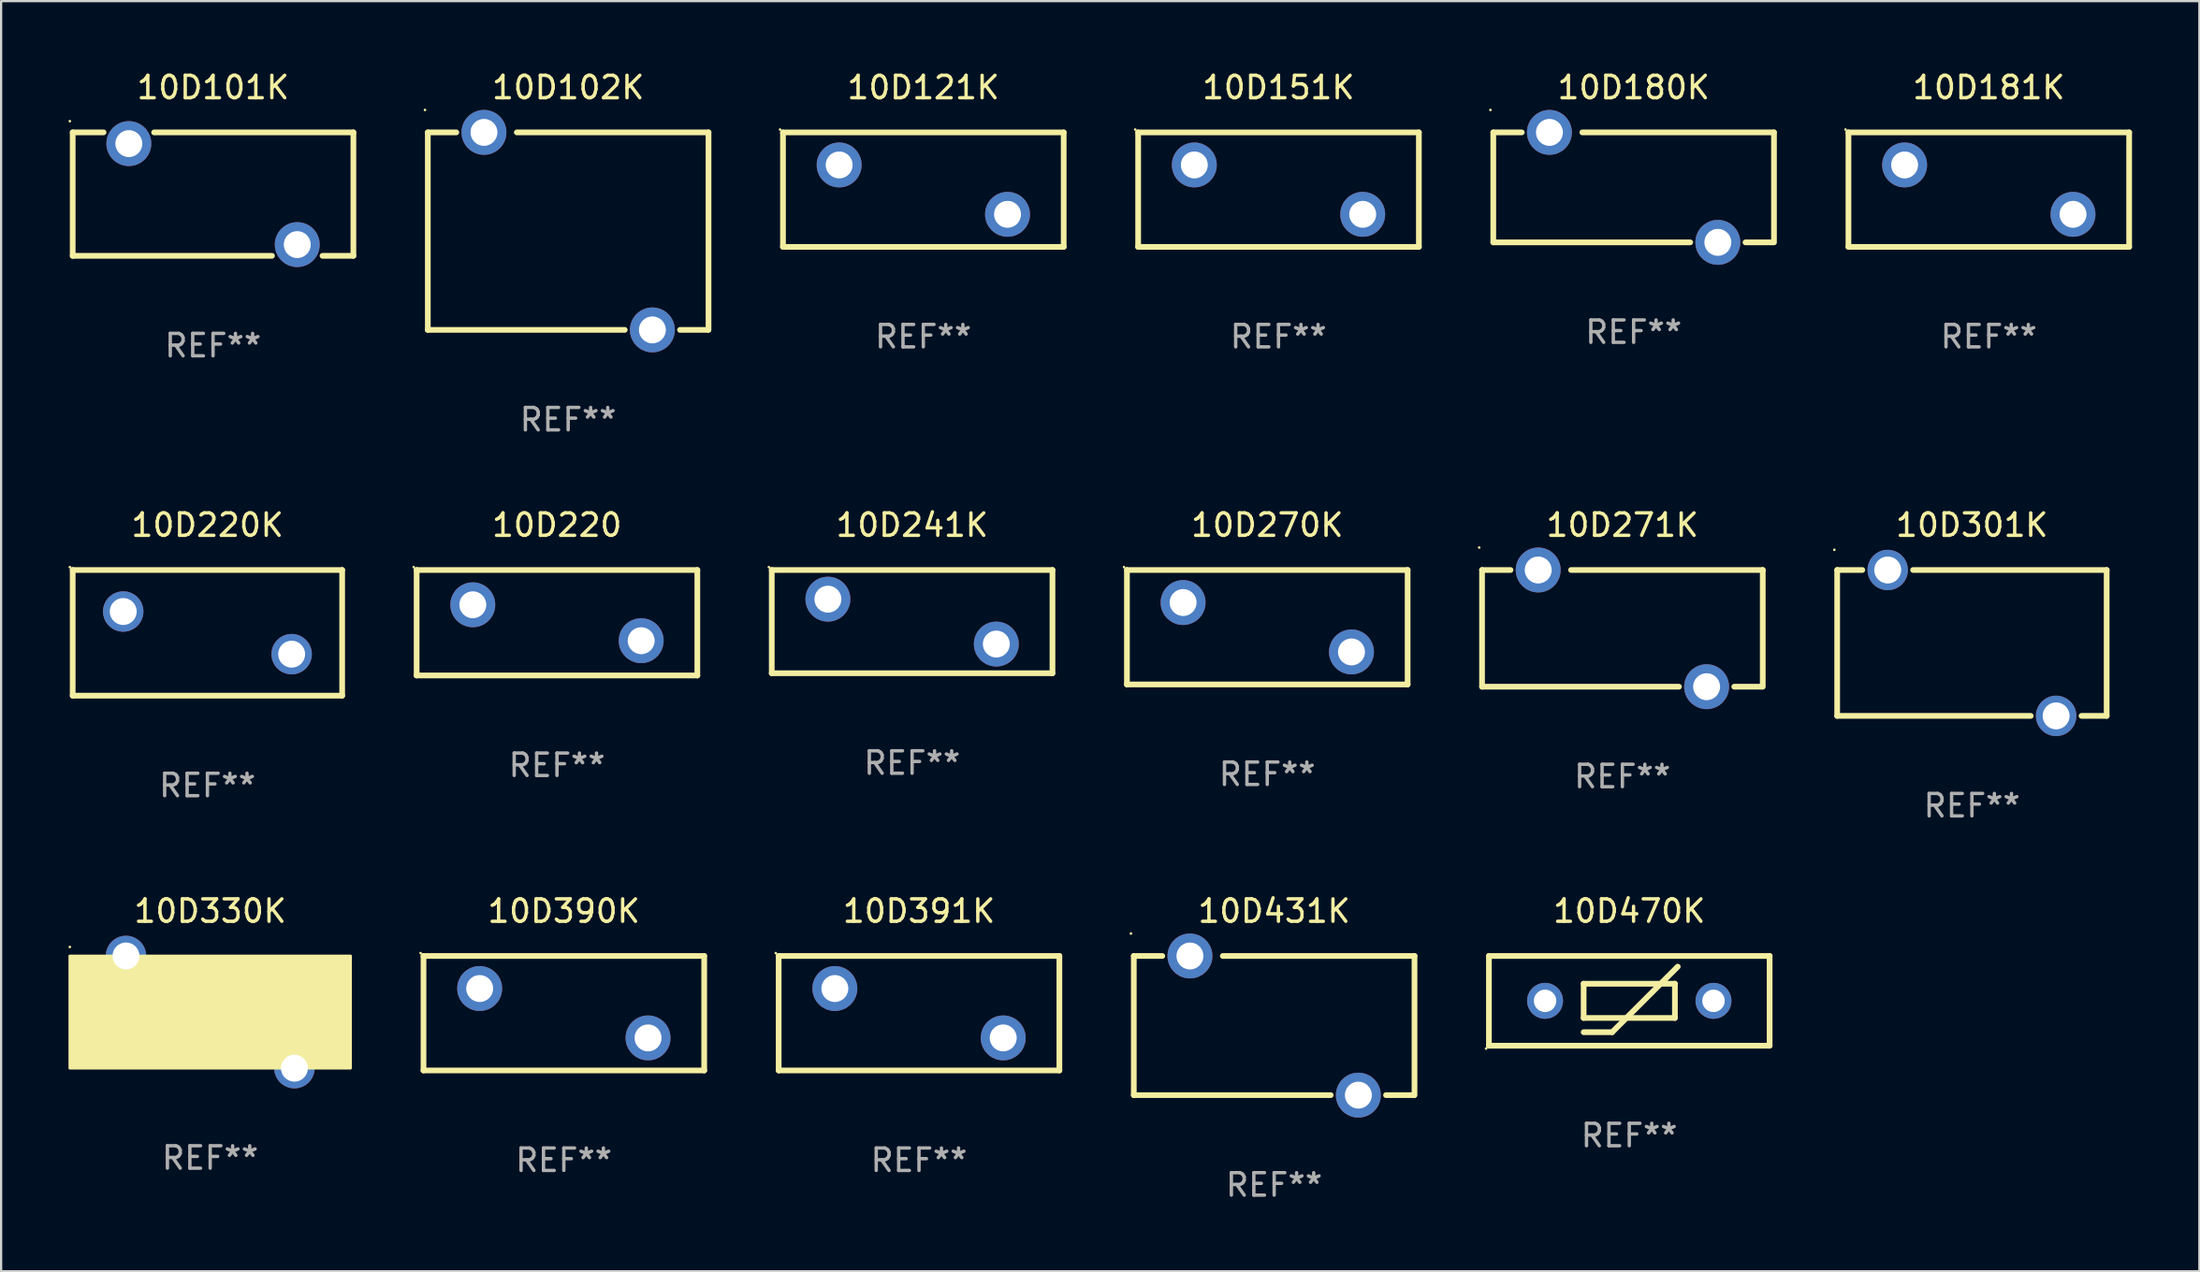
<source format=kicad_pcb>
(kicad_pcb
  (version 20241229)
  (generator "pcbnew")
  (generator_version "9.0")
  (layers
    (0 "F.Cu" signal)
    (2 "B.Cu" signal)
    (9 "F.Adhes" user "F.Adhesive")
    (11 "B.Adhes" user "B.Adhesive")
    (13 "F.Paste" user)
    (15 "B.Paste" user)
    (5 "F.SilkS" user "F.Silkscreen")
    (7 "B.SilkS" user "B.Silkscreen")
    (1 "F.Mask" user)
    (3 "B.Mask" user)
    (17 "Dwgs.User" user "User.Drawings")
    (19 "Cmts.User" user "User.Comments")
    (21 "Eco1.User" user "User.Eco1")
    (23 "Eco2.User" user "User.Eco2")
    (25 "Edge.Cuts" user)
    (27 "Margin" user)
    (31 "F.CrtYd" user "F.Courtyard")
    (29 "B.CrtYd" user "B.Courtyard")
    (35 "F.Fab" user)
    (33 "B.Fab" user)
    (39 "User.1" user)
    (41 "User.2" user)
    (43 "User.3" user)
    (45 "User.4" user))
  (footprint "10D102K"
    (layer "F.Cu")
    (at 22.251 7.248)
    (property "Reference" "10D102K" (at 0 -6.4 0) (layer "F.SilkS") (effects (font (size 1 1) (thickness 0.15))))
    (attr through_hole)
    (fp_line (start -6.25 -4.4) (end -4.981 -4.4) (stroke (width 0.254) (type solid)) (layer "F.SilkS"))
    (fp_line (start -6.25 4.4) (end -6.25 -4.4) (stroke (width 0.254) (type solid)) (layer "F.SilkS"))
    (fp_line (start -6.25 4.4) (end 2.519 4.4) (stroke (width 0.254) (type solid)) (layer "F.SilkS"))
    (fp_line (start 4.981 4.4) (end 6.223 4.4) (stroke (width 0.254) (type solid)) (layer "F.SilkS"))
    (fp_line (start 6.25 -4.4) (end -2.286 -4.4) (stroke (width 0.254) (type solid)) (layer "F.SilkS"))
    (fp_line (start 6.25 -4.4) (end 6.25 4.4) (stroke (width 0.254) (type solid)) (layer "F.SilkS"))
    (fp_circle (center -6.377 -5.4) (end -6.347 -5.4) (stroke (width 0.06) (type solid)) (fill no) (layer "F.SilkS"))
    (fp_text user "REF**" (at 0 8.4 0) (layer "F.Fab") (effects (font (size 1 1) (thickness 0.15))))
    (pad "1" thru_hole circle (at -3.75 -4.4) (size 2 2) (drill 1.2) (layers "*.Cu" "*.Mask"))
    (pad "2" thru_hole circle (at 3.75 4.4) (size 2 2) (drill 1.2) (layers "*.Cu" "*.Mask")))
  (footprint "10D180K"
    (layer "F.Cu")
    (at 69.697 5.298)
    (property "Reference" "10D180K" (at 0 -4.45 0) (layer "F.SilkS") (effects (font (size 1 1) (thickness 0.15))))
    (attr through_hole)
    (fp_line (start -6.25 -2.45) (end -6.25 2.45) (stroke (width 0.254) (type solid)) (layer "F.SilkS"))
    (fp_line (start -6.25 -2.45) (end -4.981 -2.45) (stroke (width 0.254) (type solid)) (layer "F.SilkS"))
    (fp_line (start -6.25 2.45) (end 2.519 2.45) (stroke (width 0.254) (type solid)) (layer "F.SilkS"))
    (fp_line (start 4.981 2.45) (end 6.223 2.45) (stroke (width 0.254) (type solid)) (layer "F.SilkS"))
    (fp_line (start 6.25 -2.45) (end -2.286 -2.45) (stroke (width 0.254) (type solid)) (layer "F.SilkS"))
    (fp_line (start 6.25 -2.45) (end 6.25 2.45) (stroke (width 0.254) (type solid)) (layer "F.SilkS"))
    (fp_circle (center -6.377 -3.45) (end -6.347 -3.45) (stroke (width 0.06) (type solid)) (fill no) (layer "F.SilkS"))
    (fp_text user "REF**" (at 0 6.45 0) (layer "F.Fab") (effects (font (size 1 1) (thickness 0.15))))
    (pad "1" thru_hole circle (at -3.75 -2.45) (size 2 2) (drill 1.2) (layers "*.Cu" "*.Mask"))
    (pad "2" thru_hole circle (at 3.75 2.45) (size 2 2) (drill 1.2) (layers "*.Cu" "*.Mask")))
  (footprint "10D151K"
    (layer "F.Cu")
    (at 53.882 5.399)
    (property "Reference" "10D151K" (at 0 -4.55 0) (layer "F.SilkS") (effects (font (size 1 1) (thickness 0.15))))
    (attr through_hole)
    (fp_line (start -6.249 -2.55) (end 6.251 -2.55) (stroke (width 0.254) (type solid)) (layer "F.SilkS"))
    (fp_line (start -6.249 2.55) (end -6.249 -2.55) (stroke (width 0.254) (type solid)) (layer "F.SilkS"))
    (fp_line (start 6.251 -2.55) (end 6.251 2.55) (stroke (width 0.254) (type solid)) (layer "F.SilkS"))
    (fp_line (start 6.251 2.55) (end -6.251 2.55) (stroke (width 0.254) (type solid)) (layer "F.SilkS"))
    (fp_circle (center -6.378 -2.677) (end -6.348 -2.677) (stroke (width 0.06) (type solid)) (fill no) (layer "F.SilkS"))
    (fp_text user "REF**" (at 0 6.55 0) (layer "F.Fab") (effects (font (size 1 1) (thickness 0.15))))
    (pad "1" thru_hole circle (at -3.748 -1.1) (size 2 2) (drill 1.2) (layers "*.Cu" "*.Mask"))
    (pad "2" thru_hole circle (at 3.75 1.1) (size 2 2) (drill 1.2) (layers "*.Cu" "*.Mask")))
  (footprint "10D220"
    (layer "F.Cu")
    (at 21.752 24.695)
    (property "Reference" "10D220" (at 0 -4.35 0) (layer "F.SilkS") (effects (font (size 1 1) (thickness 0.15))))
    (attr through_hole)
    (fp_line (start -6.249 -2.35) (end 6.251 -2.35) (stroke (width 0.254) (type solid)) (layer "F.SilkS"))
    (fp_line (start -6.249 2.35) (end -6.249 -2.349) (stroke (width 0.254) (type solid)) (layer "F.SilkS"))
    (fp_line (start 6.251 -2.35) (end 6.251 2.35) (stroke (width 0.254) (type solid)) (layer "F.SilkS"))
    (fp_line (start 6.251 2.35) (end -6.251 2.35) (stroke (width 0.254) (type solid)) (layer "F.SilkS"))
    (fp_circle (center -6.378 -2.477) (end -6.348 -2.477) (stroke (width 0.06) (type solid)) (fill no) (layer "F.SilkS"))
    (fp_text user "REF**" (at 0 6.35 0) (layer "F.Fab") (effects (font (size 1 1) (thickness 0.15))))
    (pad "1" thru_hole circle (at -3.748 -0.8) (size 2 2) (drill 1.2) (layers "*.Cu" "*.Mask"))
    (pad "2" thru_hole circle (at 3.75 0.8) (size 2 2) (drill 1.2) (layers "*.Cu" "*.Mask")))
  (footprint "10D391K"
    (layer "F.Cu")
    (at 37.874 42.092)
    (property "Reference" "10D391K" (at 0 -4.55 0) (layer "F.SilkS") (effects (font (size 1 1) (thickness 0.15))))
    (attr through_hole)
    (fp_line (start -6.249 -2.55) (end 6.251 -2.55) (stroke (width 0.254) (type solid)) (layer "F.SilkS"))
    (fp_line (start -6.249 2.55) (end -6.249 -2.55) (stroke (width 0.254) (type solid)) (layer "F.SilkS"))
    (fp_line (start 6.251 -2.55) (end 6.251 2.55) (stroke (width 0.254) (type solid)) (layer "F.SilkS"))
    (fp_line (start 6.251 2.55) (end -6.251 2.55) (stroke (width 0.254) (type solid)) (layer "F.SilkS"))
    (fp_circle (center -6.378 -2.677) (end -6.348 -2.677) (stroke (width 0.06) (type solid)) (fill no) (layer "F.SilkS"))
    (fp_text user "REF**" (at 0 6.55 0) (layer "F.Fab") (effects (font (size 1 1) (thickness 0.15))))
    (pad "1" thru_hole circle (at -3.748 -1.1) (size 2 2) (drill 1.2) (layers "*.Cu" "*.Mask"))
    (pad "2" thru_hole circle (at 3.75 1.1) (size 2 2) (drill 1.2) (layers "*.Cu" "*.Mask")))
  (footprint "10D121K"
    (layer "F.Cu")
    (at 38.066 5.399)
    (property "Reference" "10D121K" (at 0 -4.55 0) (layer "F.SilkS") (effects (font (size 1 1) (thickness 0.15))))
    (attr through_hole)
    (fp_line (start -6.249 -2.55) (end 6.251 -2.55) (stroke (width 0.254) (type solid)) (layer "F.SilkS"))
    (fp_line (start -6.249 2.55) (end -6.249 -2.55) (stroke (width 0.254) (type solid)) (layer "F.SilkS"))
    (fp_line (start 6.251 -2.55) (end 6.251 2.55) (stroke (width 0.254) (type solid)) (layer "F.SilkS"))
    (fp_line (start 6.251 2.55) (end -6.251 2.55) (stroke (width 0.254) (type solid)) (layer "F.SilkS"))
    (fp_circle (center -6.378 -2.677) (end -6.348 -2.677) (stroke (width 0.06) (type solid)) (fill no) (layer "F.SilkS"))
    (fp_text user "REF**" (at 0 6.55 0) (layer "F.Fab") (effects (font (size 1 1) (thickness 0.15))))
    (pad "1" thru_hole circle (at -3.748 -1.1) (size 2 2) (drill 1.2) (layers "*.Cu" "*.Mask"))
    (pad "2" thru_hole circle (at 3.75 1.1) (size 2 2) (drill 1.2) (layers "*.Cu" "*.Mask")))
  (footprint "10D241K"
    (layer "F.Cu")
    (at 37.567 24.645)
    (property "Reference" "10D241K" (at 0 -4.3 0) (layer "F.SilkS") (effects (font (size 1 1) (thickness 0.15))))
    (attr through_hole)
    (fp_line (start -6.25 -2.3) (end -6.25 2.3) (stroke (width 0.254) (type solid)) (layer "F.SilkS"))
    (fp_line (start -6.25 -2.3) (end 6.25 -2.3) (stroke (width 0.254) (type solid)) (layer "F.SilkS"))
    (fp_line (start -6.25 2.3) (end 6.25 2.3) (stroke (width 0.254) (type solid)) (layer "F.SilkS"))
    (fp_line (start 6.25 -2.3) (end 6.25 2.3) (stroke (width 0.254) (type solid)) (layer "F.SilkS"))
    (fp_circle (center -6.377 -2.427) (end -6.347 -2.427) (stroke (width 0.06) (type solid)) (fill no) (layer "F.SilkS"))
    (fp_text user "REF**" (at 0 6.3 0) (layer "F.Fab") (effects (font (size 1 1) (thickness 0.15))))
    (pad "1" thru_hole circle (at -3.75 -1) (size 2 2) (drill 1.2) (layers "*.Cu" "*.Mask"))
    (pad "2" thru_hole circle (at 3.75 1) (size 2 2) (drill 1.2) (layers "*.Cu" "*.Mask")))
  (footprint "10D181K"
    (layer "F.Cu")
    (at 85.512 5.399)
    (property "Reference" "10D181K" (at 0 -4.55 0) (layer "F.SilkS") (effects (font (size 1 1) (thickness 0.15))))
    (attr through_hole)
    (fp_line (start -6.249 -2.55) (end 6.251 -2.55) (stroke (width 0.254) (type solid)) (layer "F.SilkS"))
    (fp_line (start -6.249 2.55) (end -6.249 -2.55) (stroke (width 0.254) (type solid)) (layer "F.SilkS"))
    (fp_line (start 6.251 -2.55) (end 6.251 2.55) (stroke (width 0.254) (type solid)) (layer "F.SilkS"))
    (fp_line (start 6.251 2.55) (end -6.251 2.55) (stroke (width 0.254) (type solid)) (layer "F.SilkS"))
    (fp_circle (center -6.378 -2.677) (end -6.348 -2.677) (stroke (width 0.06) (type solid)) (fill no) (layer "F.SilkS"))
    (fp_text user "REF**" (at 0 6.55 0) (layer "F.Fab") (effects (font (size 1 1) (thickness 0.15))))
    (pad "1" thru_hole circle (at -3.748 -1.1) (size 2 2) (drill 1.2) (layers "*.Cu" "*.Mask"))
    (pad "2" thru_hole circle (at 3.75 1.1) (size 2 2) (drill 1.2) (layers "*.Cu" "*.Mask")))
  (footprint "10D330K"
    (layer "F.Cu")
    (at 6.31 42.041)
    (property "Reference" "10D330K" (at 0 -4.5 0) (layer "F.SilkS") (effects (font (size 1 1) (thickness 0.15))))
    (attr through_hole)
    (fp_circle (center -6.25 -2.9) (end -6.22 -2.9) (stroke (width 0.06) (type solid)) (fill no) (layer "F.SilkS"))
    (fp_poly (pts (xy -6.25 -2.5) (xy 6.25 -2.5) (xy 6.25 2.5) (xy -6.25 2.5)) (stroke (width 0.12) (type solid)) (fill yes) (layer "F.SilkS"))
    (fp_text user "REF**" (at 0 6.5 0) (layer "F.Fab") (effects (font (size 1 1) (thickness 0.15))))
    (pad "1" thru_hole circle (at -3.75 -2.5) (size 1.8 1.8) (drill 1.2) (layers "*.Cu" "*.Mask"))
    (pad "2" thru_hole circle (at 3.75 2.5) (size 1.8 1.8) (drill 1.2) (layers "*.Cu" "*.Mask")))
  (footprint "10D270K"
    (layer "F.Cu")
    (at 53.382 24.895)
    (property "Reference" "10D270K" (at 0 -4.55 0) (layer "F.SilkS") (effects (font (size 1 1) (thickness 0.15))))
    (attr through_hole)
    (fp_line (start -6.249 -2.55) (end 6.251 -2.55) (stroke (width 0.254) (type solid)) (layer "F.SilkS"))
    (fp_line (start -6.249 2.55) (end -6.249 -2.55) (stroke (width 0.254) (type solid)) (layer "F.SilkS"))
    (fp_line (start 6.251 -2.55) (end 6.251 2.55) (stroke (width 0.254) (type solid)) (layer "F.SilkS"))
    (fp_line (start 6.251 2.55) (end -6.251 2.55) (stroke (width 0.254) (type solid)) (layer "F.SilkS"))
    (fp_circle (center -6.378 -2.677) (end -6.348 -2.677) (stroke (width 0.06) (type solid)) (fill no) (layer "F.SilkS"))
    (fp_text user "REF**" (at 0 6.55 0) (layer "F.Fab") (effects (font (size 1 1) (thickness 0.15))))
    (pad "1" thru_hole circle (at -3.748 -1.1) (size 2 2) (drill 1.2) (layers "*.Cu" "*.Mask"))
    (pad "2" thru_hole circle (at 3.75 1.1) (size 2 2) (drill 1.2) (layers "*.Cu" "*.Mask")))
  (footprint "10D470K"
    (layer "F.Cu")
    (at 69.503 41.541)
    (property "Reference" "10D470K" (at 0 -4 0) (layer "F.SilkS") (effects (font (size 1 1) (thickness 0.15))))
    (attr through_hole)
    (fp_line (start -6.25 -2) (end 6.25 -2) (stroke (width 0.254) (type solid)) (layer "F.SilkS"))
    (fp_line (start -6.25 2) (end -6.25 -2) (stroke (width 0.254) (type solid)) (layer "F.SilkS"))
    (fp_line (start -6.25 2) (end 6.25 2) (stroke (width 0.254) (type solid)) (layer "F.SilkS"))
    (fp_line (start -2.032 -0.762) (end 2.032 -0.762) (stroke (width 0.254) (type solid)) (layer "F.SilkS"))
    (fp_line (start -2.032 0.762) (end -2.032 -0.762) (stroke (width 0.254) (type solid)) (layer "F.SilkS"))
    (fp_line (start -2.032 1.397) (end -0.762 1.397) (stroke (width 0.254) (type solid)) (layer "F.SilkS"))
    (fp_line (start -0.762 1.397) (end 2.159 -1.524) (stroke (width 0.254) (type solid)) (layer "F.SilkS"))
    (fp_line (start 2.032 -0.762) (end 2.032 0.762) (stroke (width 0.254) (type solid)) (layer "F.SilkS"))
    (fp_line (start 2.032 0.762) (end -2.032 0.762) (stroke (width 0.254) (type solid)) (layer "F.SilkS"))
    (fp_line (start 6.25 -2) (end 6.25 2) (stroke (width 0.254) (type solid)) (layer "F.SilkS"))
    (fp_circle (center -6.377 2.127) (end -6.347 2.127) (stroke (width 0.06) (type solid)) (fill no) (layer "F.SilkS"))
    (fp_text user "REF**" (at 0 6 0) (layer "F.Fab") (effects (font (size 1 1) (thickness 0.15))))
    (pad "1" thru_hole circle (at -3.75 0) (size 1.6 1.6) (drill 1) (layers "*.Cu" "*.Mask"))
    (pad "2" thru_hole circle (at 3.75 0) (size 1.6 1.6) (drill 1) (layers "*.Cu" "*.Mask")))
  (footprint "10D301K"
    (layer "F.Cu")
    (at 84.761 25.595)
    (property "Reference" "10D301K" (at 0 -5.25 0) (layer "F.SilkS") (effects (font (size 1 1) (thickness 0.15))))
    (attr through_hole)
    (fp_line (start -6 -3.25) (end -4.881 -3.25) (stroke (width 0.254) (type solid)) (layer "F.SilkS"))
    (fp_line (start -6 3.25) (end -6 -3.25) (stroke (width 0.254) (type solid)) (layer "F.SilkS"))
    (fp_line (start -6 3.25) (end 2.619 3.25) (stroke (width 0.254) (type solid)) (layer "F.SilkS"))
    (fp_line (start -2.619 -3.25) (end 6 -3.25) (stroke (width 0.254) (type solid)) (layer "F.SilkS"))
    (fp_line (start 4.881 3.25) (end 6 3.25) (stroke (width 0.254) (type solid)) (layer "F.SilkS"))
    (fp_line (start 6 -3.25) (end 6 3.25) (stroke (width 0.254) (type solid)) (layer "F.SilkS"))
    (fp_circle (center -6.127 -4.15) (end -6.097 -4.15) (stroke (width 0.06) (type solid)) (fill no) (layer "F.SilkS"))
    (fp_text user "REF**" (at 0 7.25 0) (layer "F.Fab") (effects (font (size 1 1) (thickness 0.15))))
    (pad "1" thru_hole circle (at -3.75 -3.25) (size 1.8 1.8) (drill 1.2) (layers "*.Cu" "*.Mask"))
    (pad "2" thru_hole circle (at 3.75 3.25) (size 1.8 1.8) (drill 1.2) (layers "*.Cu" "*.Mask")))
  (footprint "10D220K"
    (layer "F.Cu")
    (at 6.187 25.145)
    (property "Reference" "10D220K" (at 0 -4.8 0) (layer "F.SilkS") (effects (font (size 1 1) (thickness 0.15))))
    (attr through_hole)
    (fp_line (start -6 -2.8) (end 6 -2.8) (stroke (width 0.254) (type solid)) (layer "F.SilkS"))
    (fp_line (start -6 2.8) (end -6 -2.8) (stroke (width 0.254) (type solid)) (layer "F.SilkS"))
    (fp_line (start 6 -2.8) (end 6 2.8) (stroke (width 0.254) (type solid)) (layer "F.SilkS"))
    (fp_line (start 6 2.8) (end -6 2.8) (stroke (width 0.254) (type solid)) (layer "F.SilkS"))
    (fp_circle (center -6.127 -2.927) (end -6.097 -2.927) (stroke (width 0.06) (type solid)) (fill no) (layer "F.SilkS"))
    (fp_text user "REF**" (at 0 6.8 0) (layer "F.Fab") (effects (font (size 1 1) (thickness 0.15))))
    (pad "1" thru_hole circle (at -3.75 -0.95) (size 1.8 1.8) (drill 1.2) (layers "*.Cu" "*.Mask"))
    (pad "2" thru_hole circle (at 3.75 0.95) (size 1.8 1.8) (drill 1.2) (layers "*.Cu" "*.Mask")))
  (footprint "10D271K"
    (layer "F.Cu")
    (at 69.197 24.945)
    (property "Reference" "10D271K" (at 0 -4.6 0) (layer "F.SilkS") (effects (font (size 1 1) (thickness 0.15))))
    (attr through_hole)
    (fp_line (start -6.25 -2.6) (end -6.25 2.6) (stroke (width 0.254) (type solid)) (layer "F.SilkS"))
    (fp_line (start -6.25 -2.6) (end -4.981 -2.6) (stroke (width 0.254) (type solid)) (layer "F.SilkS"))
    (fp_line (start -6.25 2.6) (end 2.519 2.6) (stroke (width 0.254) (type solid)) (layer "F.SilkS"))
    (fp_line (start 4.981 2.6) (end 6.223 2.6) (stroke (width 0.254) (type solid)) (layer "F.SilkS"))
    (fp_line (start 6.25 -2.6) (end -2.286 -2.6) (stroke (width 0.254) (type solid)) (layer "F.SilkS"))
    (fp_line (start 6.25 -2.6) (end 6.25 2.6) (stroke (width 0.254) (type solid)) (layer "F.SilkS"))
    (fp_circle (center -6.377 -3.6) (end -6.347 -3.6) (stroke (width 0.06) (type solid)) (fill no) (layer "F.SilkS"))
    (fp_text user "REF**" (at 0 6.6 0) (layer "F.Fab") (effects (font (size 1 1) (thickness 0.15))))
    (pad "1" thru_hole circle (at -3.75 -2.6) (size 2 2) (drill 1.2) (layers "*.Cu" "*.Mask"))
    (pad "2" thru_hole circle (at 3.75 2.6) (size 2 2) (drill 1.2) (layers "*.Cu" "*.Mask")))
  (footprint "10D101K"
    (layer "F.Cu")
    (at 6.437 5.598)
    (property "Reference" "10D101K" (at 0 -4.75 0) (layer "F.SilkS") (effects (font (size 1 1) (thickness 0.15))))
    (attr through_hole)
    (fp_line (start -6.25 -2.75) (end -4.875 -2.75) (stroke (width 0.254) (type solid)) (layer "F.SilkS"))
    (fp_line (start -6.25 2.75) (end -6.25 -2.75) (stroke (width 0.254) (type solid)) (layer "F.SilkS"))
    (fp_line (start -6.25 2.75) (end 2.625 2.75) (stroke (width 0.254) (type solid)) (layer "F.SilkS"))
    (fp_line (start -2.625 -2.75) (end 6.25 -2.75) (stroke (width 0.254) (type solid)) (layer "F.SilkS"))
    (fp_line (start 4.875 2.75) (end 6.25 2.75) (stroke (width 0.254) (type solid)) (layer "F.SilkS"))
    (fp_line (start 6.25 -2.75) (end 6.25 2.75) (stroke (width 0.254) (type solid)) (layer "F.SilkS"))
    (fp_circle (center -6.377 -3.25) (end -6.347 -3.25) (stroke (width 0.06) (type solid)) (fill no) (layer "F.SilkS"))
    (fp_text user "REF**" (at 0 6.75 0) (layer "F.Fab") (effects (font (size 1 1) (thickness 0.15))))
    (pad "1" thru_hole circle (at -3.75 -2.25) (size 2 2) (drill 1.2) (layers "*.Cu" "*.Mask"))
    (pad "2" thru_hole circle (at 3.75 2.25) (size 2 2) (drill 1.2) (layers "*.Cu" "*.Mask")))
  (footprint "10D431K"
    (layer "F.Cu")
    (at 53.689 42.642)
    (property "Reference" "10D431K" (at 0 -5.1 0) (layer "F.SilkS") (effects (font (size 1 1) (thickness 0.15))))
    (attr through_hole)
    (fp_line (start -6.25 -3.1) (end -6.25 3.1) (stroke (width 0.254) (type solid)) (layer "F.SilkS"))
    (fp_line (start -6.25 -3.1) (end -4.981 -3.1) (stroke (width 0.254) (type solid)) (layer "F.SilkS"))
    (fp_line (start -6.25 3.1) (end 2.519 3.1) (stroke (width 0.254) (type solid)) (layer "F.SilkS"))
    (fp_line (start 4.981 3.1) (end 6.223 3.1) (stroke (width 0.254) (type solid)) (layer "F.SilkS"))
    (fp_line (start 6.25 -3.1) (end -2.286 -3.1) (stroke (width 0.254) (type solid)) (layer "F.SilkS"))
    (fp_line (start 6.25 -3.1) (end 6.25 3.1) (stroke (width 0.254) (type solid)) (layer "F.SilkS"))
    (fp_circle (center -6.377 -4.1) (end -6.347 -4.1) (stroke (width 0.06) (type solid)) (fill no) (layer "F.SilkS"))
    (fp_text user "REF**" (at 0 7.1 0) (layer "F.Fab") (effects (font (size 1 1) (thickness 0.15))))
    (pad "1" thru_hole circle (at -3.75 -3.1) (size 2 2) (drill 1.2) (layers "*.Cu" "*.Mask"))
    (pad "2" thru_hole circle (at 3.75 3.1) (size 2 2) (drill 1.2) (layers "*.Cu" "*.Mask")))
  (footprint "10D390K"
    (layer "F.Cu")
    (at 22.058 42.092)
    (property "Reference" "10D390K" (at 0 -4.55 0) (layer "F.SilkS") (effects (font (size 1 1) (thickness 0.15))))
    (attr through_hole)
    (fp_line (start -6.249 -2.55) (end 6.251 -2.55) (stroke (width 0.254) (type solid)) (layer "F.SilkS"))
    (fp_line (start -6.249 2.55) (end -6.249 -2.55) (stroke (width 0.254) (type solid)) (layer "F.SilkS"))
    (fp_line (start 6.251 -2.55) (end 6.251 2.55) (stroke (width 0.254) (type solid)) (layer "F.SilkS"))
    (fp_line (start 6.251 2.55) (end -6.251 2.55) (stroke (width 0.254) (type solid)) (layer "F.SilkS"))
    (fp_circle (center -6.378 -2.677) (end -6.348 -2.677) (stroke (width 0.06) (type solid)) (fill no) (layer "F.SilkS"))
    (fp_text user "REF**" (at 0 6.55 0) (layer "F.Fab") (effects (font (size 1 1) (thickness 0.15))))
    (pad "1" thru_hole circle (at -3.748 -1.1) (size 2 2) (drill 1.2) (layers "*.Cu" "*.Mask"))
    (pad "2" thru_hole circle (at 3.75 1.1) (size 2 2) (drill 1.2) (layers "*.Cu" "*.Mask")))
  (gr_rect
    (start -3 -3)
    (end 94.89 53.59)
    (stroke (width 0.1) (type default))
    (fill no)
    (layer "Edge.Cuts")))
</source>
